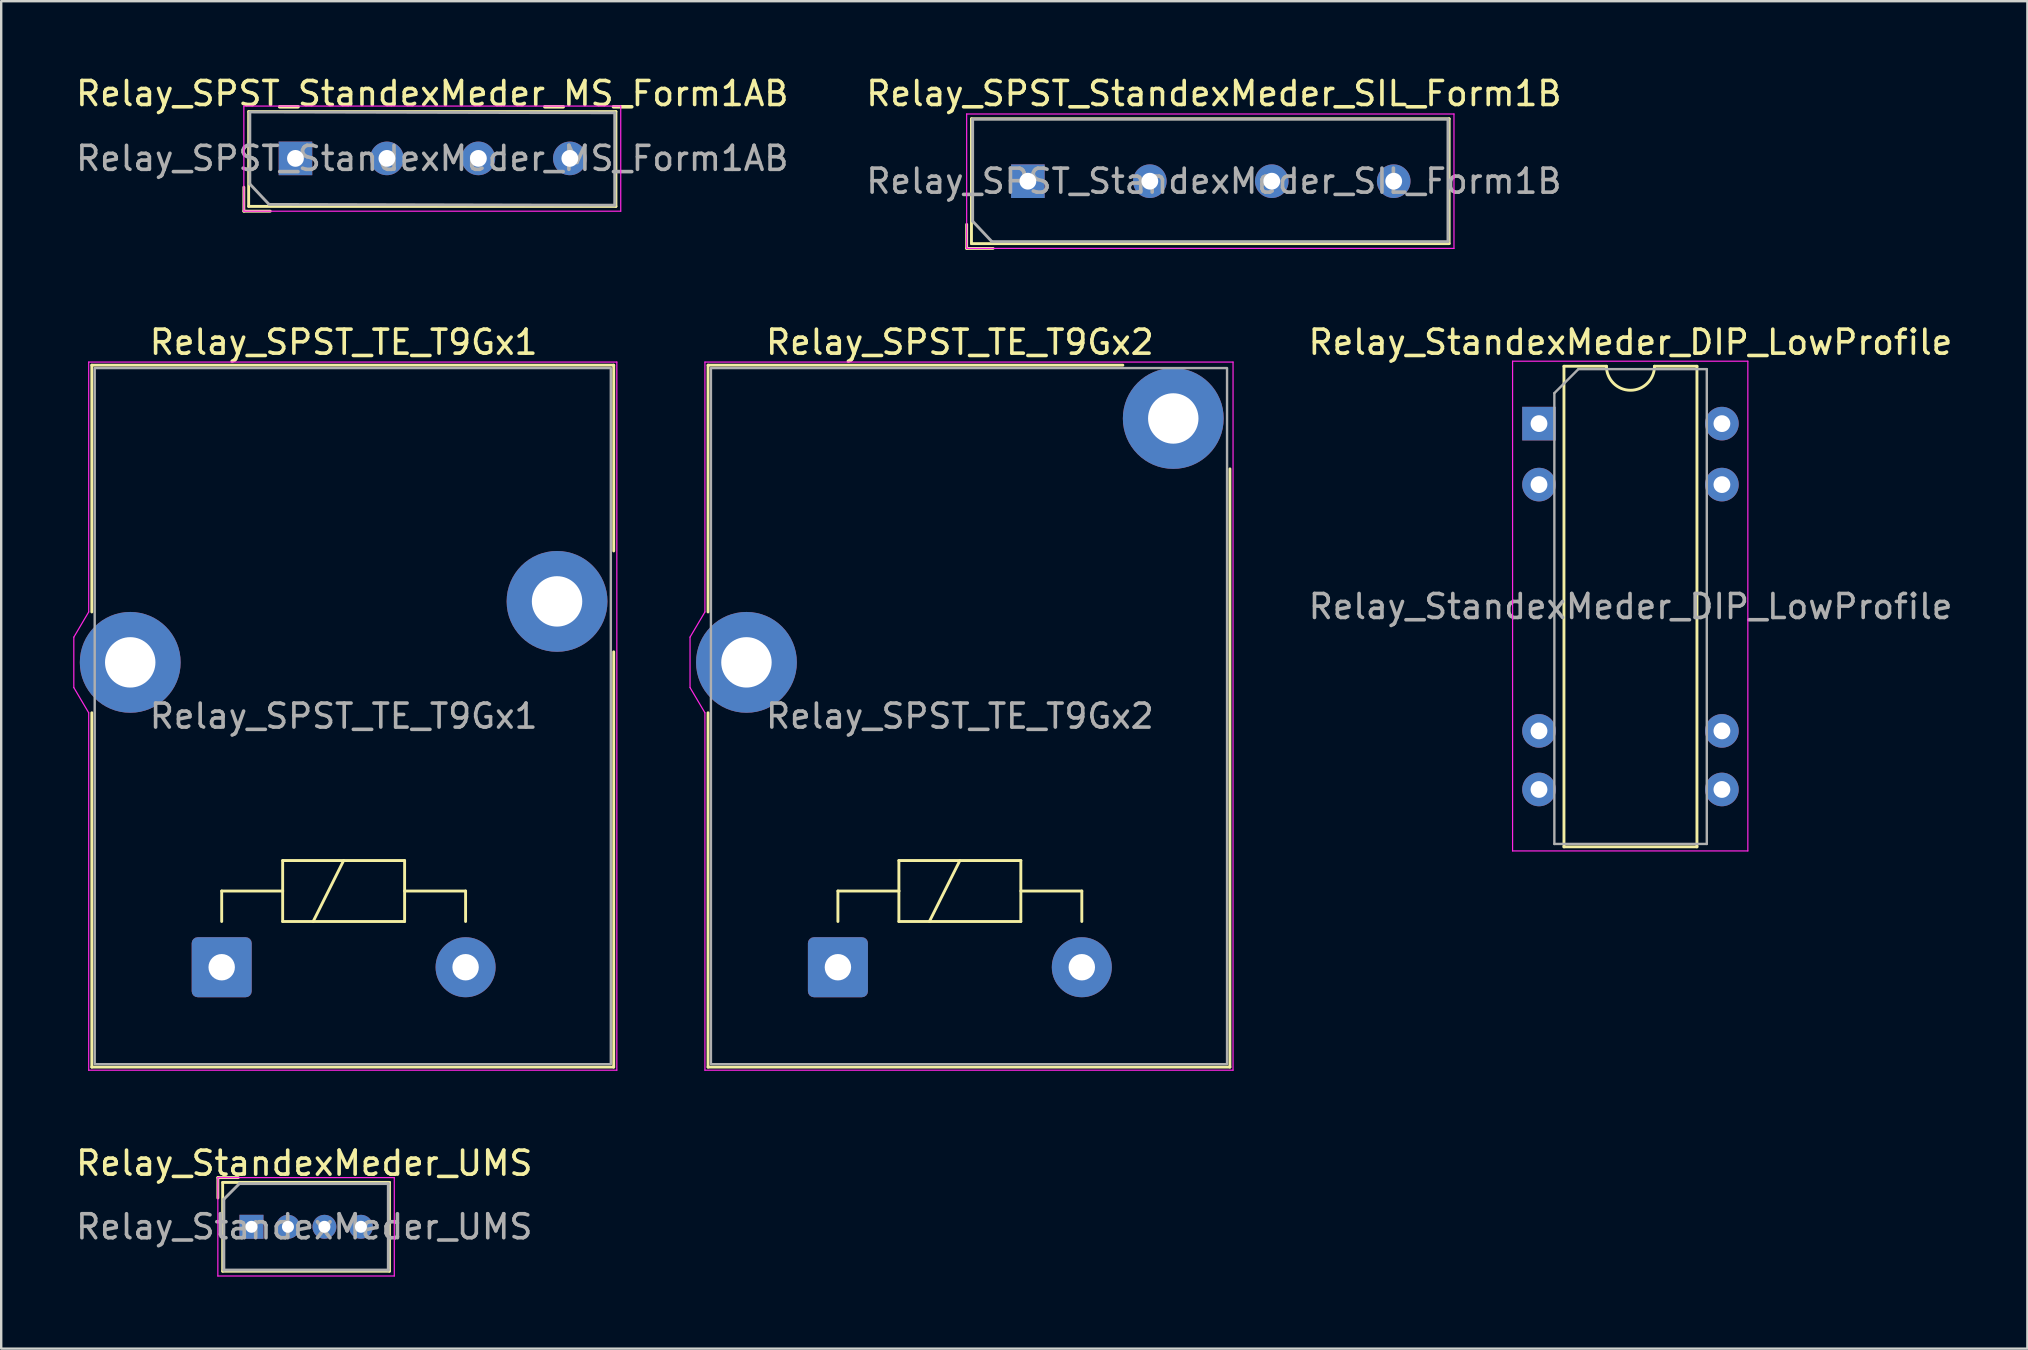
<source format=kicad_pcb>
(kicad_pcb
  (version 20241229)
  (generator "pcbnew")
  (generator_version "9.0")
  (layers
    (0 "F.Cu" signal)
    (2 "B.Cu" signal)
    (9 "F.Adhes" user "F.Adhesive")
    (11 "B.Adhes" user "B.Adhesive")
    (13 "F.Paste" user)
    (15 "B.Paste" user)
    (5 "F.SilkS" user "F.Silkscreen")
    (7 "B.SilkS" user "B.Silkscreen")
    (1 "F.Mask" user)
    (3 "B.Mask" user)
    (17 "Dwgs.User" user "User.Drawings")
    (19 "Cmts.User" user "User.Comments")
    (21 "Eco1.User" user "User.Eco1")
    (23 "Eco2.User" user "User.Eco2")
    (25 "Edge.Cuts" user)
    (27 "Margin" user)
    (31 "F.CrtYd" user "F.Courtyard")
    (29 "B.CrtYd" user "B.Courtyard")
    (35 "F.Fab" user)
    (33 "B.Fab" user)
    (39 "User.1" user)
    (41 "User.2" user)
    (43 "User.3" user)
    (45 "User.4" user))
  (footprint "Relay_SPST_TE_T9Gx2"
    (layer "F.Cu")
    (at 31.855 37.242)
    (property "Reference" "Relay_SPST_TE_T9Gx2" (at 5.08 -26.035 0) (unlocked yes) (layer "F.SilkS") (effects (font (size 1 1) (thickness 0.15))))
    (attr through_hole)
    (fp_line (start -5.41 -25.08) (end -5.41 -14.8) (stroke (width 0.12) (type default)) (layer "F.SilkS"))
    (fp_line (start -5.41 -25.08) (end 11.87 -25.08) (stroke (width 0.12) (type default)) (layer "F.SilkS"))
    (fp_line (start -5.41 4.16) (end -5.41 -10.6) (stroke (width 0.12) (type default)) (layer "F.SilkS"))
    (fp_line (start -5.41 4.16) (end 16.33 4.16) (stroke (width 0.12) (type default)) (layer "F.SilkS"))
    (fp_line (start 0 -3.175) (end 2.54 -3.175) (stroke (width 0.12) (type solid)) (layer "F.SilkS"))
    (fp_line (start 0 -1.905) (end 0 -3.175) (stroke (width 0.12) (type default)) (layer "F.SilkS"))
    (fp_line (start 2.54 -4.445) (end 7.62 -4.445) (stroke (width 0.12) (type solid)) (layer "F.SilkS"))
    (fp_line (start 2.54 -3.175) (end 2.54 -4.445) (stroke (width 0.12) (type solid)) (layer "F.SilkS"))
    (fp_line (start 2.54 -1.905) (end 2.54 -3.175) (stroke (width 0.12) (type solid)) (layer "F.SilkS"))
    (fp_line (start 3.81 -1.905) (end 5.08 -4.445) (stroke (width 0.12) (type solid)) (layer "F.SilkS"))
    (fp_line (start 7.62 -4.445) (end 7.62 -1.905) (stroke (width 0.12) (type solid)) (layer "F.SilkS"))
    (fp_line (start 7.62 -3.175) (end 10.16 -3.175) (stroke (width 0.12) (type solid)) (layer "F.SilkS"))
    (fp_line (start 7.62 -1.905) (end 2.54 -1.905) (stroke (width 0.12) (type solid)) (layer "F.SilkS"))
    (fp_line (start 10.16 -1.905) (end 10.16 -3.175) (stroke (width 0.12) (type default)) (layer "F.SilkS"))
    (fp_line (start 16.33 4.16) (end 16.33 -20.76) (stroke (width 0.12) (type default)) (layer "F.SilkS"))
    (fp_line (start -6.16 -13.75) (end -6.16 -11.65) (stroke (width 0.05) (type default)) (layer "F.CrtYd"))
    (fp_line (start -6.16 -13.75) (end -5.54 -14.8) (stroke (width 0.05) (type default)) (layer "F.CrtYd"))
    (fp_line (start -6.16 -11.65) (end -5.54 -10.6) (stroke (width 0.05) (type default)) (layer "F.CrtYd"))
    (fp_line (start -5.54 -25.21) (end -5.54 -14.8) (stroke (width 0.05) (type default)) (layer "F.CrtYd"))
    (fp_line (start -5.54 -25.21) (end 16.46 -25.21) (stroke (width 0.05) (type default)) (layer "F.CrtYd"))
    (fp_line (start -5.54 4.29) (end -5.54 -10.6) (stroke (width 0.05) (type default)) (layer "F.CrtYd"))
    (fp_line (start 16.46 -25.21) (end 16.46 4.29) (stroke (width 0.05) (type default)) (layer "F.CrtYd"))
    (fp_line (start 16.46 4.29) (end -5.54 4.29) (stroke (width 0.05) (type default)) (layer "F.CrtYd"))
    (fp_rect (start 16.21 -24.96) (end -5.29 4.04) (stroke (width 0.1) (type default)) (fill no) (layer "F.Fab"))
    (fp_text user "${REFERENCE}" (at 5.08 -10.46 0) (unlocked yes) (layer "F.Fab") (effects (font (size 1 1) (thickness 0.15))))
    (pad "11" thru_hole circle (at -3.81 -12.7) (size 4.2 4.2) (drill 2.1) (layers "*.Cu" "*.Mask"))
    (pad "12" thru_hole circle (at 13.97 -22.86) (size 4.2 4.2) (drill 2.1) (layers "*.Cu" "*.Mask"))
    (pad "A1" thru_hole roundrect (at 0 0) (size 2.5 2.5) (drill 1.1) (layers "*.Cu" "*.Mask") (roundrect_rratio 0.1))
    (pad "A2" thru_hole circle (at 10.16 0) (size 2.5 2.5) (drill 1.1) (layers "*.Cu" "*.Mask")))
  (footprint "Relay_SPST_StandexMeder_SIL_Form1B"
    (layer "F.Cu")
    (at 39.768 4.498)
    (property "Reference" "Relay_SPST_StandexMeder_SIL_Form1B" (at 7.75 -3.65 0) (layer "F.SilkS") (effects (font (size 1 1) (thickness 0.15))))
    (attr through_hole)
    (fp_line (start -2.55 2.8) (end -2.55 1.8) (stroke (width 0.12) (type solid)) (layer "F.SilkS"))
    (fp_line (start -2.35 -2.6) (end 17.55 -2.6) (stroke (width 0.12) (type solid)) (layer "F.SilkS"))
    (fp_line (start -2.35 2.6) (end -2.35 -2.6) (stroke (width 0.12) (type solid)) (layer "F.SilkS"))
    (fp_line (start -1.45 2.8) (end -2.55 2.8) (stroke (width 0.12) (type solid)) (layer "F.SilkS"))
    (fp_line (start 17.55 -2.6) (end 17.55 2.6) (stroke (width 0.12) (type solid)) (layer "F.SilkS"))
    (fp_line (start 17.55 2.6) (end -2.35 2.6) (stroke (width 0.12) (type solid)) (layer "F.SilkS"))
    (fp_line (start -2.55 -2.8) (end -2.55 2.8) (stroke (width 0.05) (type solid)) (layer "F.CrtYd"))
    (fp_line (start -2.55 -2.8) (end 17.75 -2.8) (stroke (width 0.05) (type solid)) (layer "F.CrtYd"))
    (fp_line (start 17.75 2.8) (end -2.55 2.8) (stroke (width 0.05) (type solid)) (layer "F.CrtYd"))
    (fp_line (start 17.75 2.8) (end 17.75 -2.8) (stroke (width 0.05) (type solid)) (layer "F.CrtYd"))
    (fp_line (start -2.3 -2.583) (end 17.5 -2.583) (stroke (width 0.12) (type solid)) (layer "F.Fab"))
    (fp_line (start -2.3 1.667) (end -2.3 -2.583) (stroke (width 0.12) (type solid)) (layer "F.Fab"))
    (fp_line (start -1.5 2.517) (end -2.3 1.667) (stroke (width 0.12) (type solid)) (layer "F.Fab"))
    (fp_line (start 17.5 -2.583) (end 17.5 2.517) (stroke (width 0.12) (type solid)) (layer "F.Fab"))
    (fp_line (start 17.5 2.517) (end -1.5 2.517) (stroke (width 0.12) (type solid)) (layer "F.Fab"))
    (fp_text user "${REFERENCE}" (at 7.75 0 0) (layer "F.Fab") (effects (font (size 1 1) (thickness 0.15))))
    (pad "1" thru_hole rect (at 0 0) (size 1.4 1.4) (drill 0.7) (layers "*.Cu" "*.Mask"))
    (pad "3" thru_hole circle (at 5.08 0) (size 1.4 1.4) (drill 0.7) (layers "*.Cu" "*.Mask"))
    (pad "5" thru_hole circle (at 10.16 0) (size 1.4 1.4) (drill 0.7) (layers "*.Cu" "*.Mask"))
    (pad "7" thru_hole circle (at 15.24 0) (size 1.4 1.4) (drill 0.7) (layers "*.Cu" "*.Mask")))
  (footprint "Relay_SPST_TE_T9Gx1"
    (layer "F.Cu")
    (at 6.185 37.242)
    (property "Reference" "Relay_SPST_TE_T9Gx1" (at 5.08 -26.035 0) (unlocked yes) (layer "F.SilkS") (effects (font (size 1 1) (thickness 0.15))))
    (attr through_hole)
    (fp_line (start -5.41 -25.08) (end -5.41 -14.8) (stroke (width 0.12) (type default)) (layer "F.SilkS"))
    (fp_line (start -5.41 -25.08) (end 16.33 -25.08) (stroke (width 0.12) (type default)) (layer "F.SilkS"))
    (fp_line (start -5.41 4.16) (end -5.41 -10.6) (stroke (width 0.12) (type default)) (layer "F.SilkS"))
    (fp_line (start -5.41 4.16) (end 16.33 4.16) (stroke (width 0.12) (type default)) (layer "F.SilkS"))
    (fp_line (start 0 -3.175) (end 2.54 -3.175) (stroke (width 0.12) (type solid)) (layer "F.SilkS"))
    (fp_line (start 0 -1.905) (end 0 -3.175) (stroke (width 0.12) (type default)) (layer "F.SilkS"))
    (fp_line (start 2.54 -4.445) (end 7.62 -4.445) (stroke (width 0.12) (type solid)) (layer "F.SilkS"))
    (fp_line (start 2.54 -3.175) (end 2.54 -4.445) (stroke (width 0.12) (type solid)) (layer "F.SilkS"))
    (fp_line (start 2.54 -1.905) (end 2.54 -3.175) (stroke (width 0.12) (type solid)) (layer "F.SilkS"))
    (fp_line (start 3.81 -1.905) (end 5.08 -4.445) (stroke (width 0.12) (type solid)) (layer "F.SilkS"))
    (fp_line (start 7.62 -4.445) (end 7.62 -1.905) (stroke (width 0.12) (type solid)) (layer "F.SilkS"))
    (fp_line (start 7.62 -3.175) (end 10.16 -3.175) (stroke (width 0.12) (type solid)) (layer "F.SilkS"))
    (fp_line (start 7.62 -1.905) (end 2.54 -1.905) (stroke (width 0.12) (type solid)) (layer "F.SilkS"))
    (fp_line (start 10.16 -1.905) (end 10.16 -3.175) (stroke (width 0.12) (type default)) (layer "F.SilkS"))
    (fp_line (start 16.33 -25.08) (end 16.33 -17.34) (stroke (width 0.12) (type default)) (layer "F.SilkS"))
    (fp_line (start 16.33 4.16) (end 16.33 -13.14) (stroke (width 0.12) (type default)) (layer "F.SilkS"))
    (fp_line (start -6.16 -13.75) (end -6.16 -11.65) (stroke (width 0.05) (type default)) (layer "F.CrtYd"))
    (fp_line (start -6.16 -13.75) (end -5.54 -14.8) (stroke (width 0.05) (type default)) (layer "F.CrtYd"))
    (fp_line (start -6.16 -11.65) (end -5.54 -10.6) (stroke (width 0.05) (type default)) (layer "F.CrtYd"))
    (fp_line (start -5.54 -25.21) (end -5.54 -14.8) (stroke (width 0.05) (type default)) (layer "F.CrtYd"))
    (fp_line (start -5.54 -25.21) (end 16.46 -25.21) (stroke (width 0.05) (type default)) (layer "F.CrtYd"))
    (fp_line (start -5.54 4.29) (end -5.54 -10.6) (stroke (width 0.05) (type default)) (layer "F.CrtYd"))
    (fp_line (start 16.46 -25.21) (end 16.46 4.29) (stroke (width 0.05) (type default)) (layer "F.CrtYd"))
    (fp_line (start 16.46 4.29) (end -5.54 4.29) (stroke (width 0.05) (type default)) (layer "F.CrtYd"))
    (fp_rect (start 16.21 -24.96) (end -5.29 4.04) (stroke (width 0.1) (type default)) (fill no) (layer "F.Fab"))
    (fp_text user "${REFERENCE}" (at 5.08 -10.46 0) (unlocked yes) (layer "F.Fab") (effects (font (size 1 1) (thickness 0.15))))
    (pad "13" thru_hole circle (at -3.81 -12.7) (size 4.2 4.2) (drill 2.1) (layers "*.Cu" "*.Mask"))
    (pad "14" thru_hole circle (at 13.97 -15.24) (size 4.2 4.2) (drill 2.1) (layers "*.Cu" "*.Mask"))
    (pad "A1" thru_hole roundrect (at 0 0) (size 2.5 2.5) (drill 1.1) (layers "*.Cu" "*.Mask") (roundrect_rratio 0.1))
    (pad "A2" thru_hole circle (at 10.16 0) (size 2.5 2.5) (drill 1.1) (layers "*.Cu" "*.Mask")))
  (footprint "Relay_StandexMeder_DIP_LowProfile"
    (layer "F.Cu")
    (at 61.06 14.597)
    (property "Reference" "Relay_StandexMeder_DIP_LowProfile" (at 3.81 -3.39 0) (layer "F.SilkS") (effects (font (size 1 1) (thickness 0.15))))
    (attr through_hole)
    (fp_line (start 1.04 -2.39) (end 1.04 17.63) (stroke (width 0.12) (type solid)) (layer "F.SilkS"))
    (fp_line (start 1.04 17.63) (end 6.58 17.63) (stroke (width 0.12) (type solid)) (layer "F.SilkS"))
    (fp_line (start 2.81 -2.39) (end 1.04 -2.39) (stroke (width 0.12) (type solid)) (layer "F.SilkS"))
    (fp_line (start 6.58 -2.39) (end 4.81 -2.39) (stroke (width 0.12) (type solid)) (layer "F.SilkS"))
    (fp_line (start 6.58 17.63) (end 6.58 -2.39) (stroke (width 0.12) (type solid)) (layer "F.SilkS"))
    (fp_arc (start 4.81 -2.39) (mid 3.81 -1.39) (end 2.81 -2.39) (stroke (width 0.12) (type solid)) (layer "F.SilkS"))
    (fp_line (start -1.1 -2.6) (end -1.1 17.8) (stroke (width 0.05) (type solid)) (layer "F.CrtYd"))
    (fp_line (start -1.1 17.8) (end 8.7 17.8) (stroke (width 0.05) (type solid)) (layer "F.CrtYd"))
    (fp_line (start 8.7 -2.6) (end -1.1 -2.6) (stroke (width 0.05) (type solid)) (layer "F.CrtYd"))
    (fp_line (start 8.7 17.8) (end 8.7 -2.6) (stroke (width 0.05) (type solid)) (layer "F.CrtYd"))
    (fp_line (start 0.64 -1.27) (end 1.64 -2.27) (stroke (width 0.1) (type solid)) (layer "F.Fab"))
    (fp_line (start 0.64 17.51) (end 0.64 -1.27) (stroke (width 0.1) (type solid)) (layer "F.Fab"))
    (fp_line (start 1.64 -2.27) (end 6.99 -2.27) (stroke (width 0.1) (type solid)) (layer "F.Fab"))
    (fp_line (start 6.99 -2.27) (end 6.99 17.51) (stroke (width 0.1) (type solid)) (layer "F.Fab"))
    (fp_line (start 6.99 17.51) (end 0.64 17.51) (stroke (width 0.1) (type solid)) (layer "F.Fab"))
    (fp_text user "${REFERENCE}" (at 3.815 7.62 0) (layer "F.Fab") (effects (font (size 1 1) (thickness 0.15))))
    (pad "1" thru_hole rect (at 0 0) (size 1.4 1.4) (drill 0.7) (layers "*.Cu" "*.Mask"))
    (pad "2" thru_hole circle (at 0 2.54) (size 1.4 1.4) (drill 0.7) (layers "*.Cu" "*.Mask"))
    (pad "6" thru_hole circle (at 0 12.8) (size 1.4 1.4) (drill 0.7) (layers "*.Cu" "*.Mask"))
    (pad "7" thru_hole circle (at 0 15.24) (size 1.4 1.4) (drill 0.7) (layers "*.Cu" "*.Mask"))
    (pad "8" thru_hole circle (at 7.62 15.24) (size 1.4 1.4) (drill 0.7) (layers "*.Cu" "*.Mask"))
    (pad "9" thru_hole circle (at 7.62 12.8) (size 1.4 1.4) (drill 0.7) (layers "*.Cu" "*.Mask"))
    (pad "13" thru_hole circle (at 7.62 2.54) (size 1.4 1.4) (drill 0.7) (layers "*.Cu" "*.Mask"))
    (pad "14" thru_hole circle (at 7.62 0) (size 1.4 1.4) (drill 0.7) (layers "*.Cu" "*.Mask")))
  (footprint "Relay_StandexMeder_UMS"
    (layer "F.Cu")
    (at 7.425 48.055)
    (property "Reference" "Relay_StandexMeder_UMS" (at 2.2 -2.65 0) (layer "F.SilkS") (effects (font (size 1 1) (thickness 0.15))))
    (attr through_hole)
    (fp_line (start -1.4 -2.05) (end -0.55 -2.05) (stroke (width 0.12) (type solid)) (layer "F.SilkS"))
    (fp_line (start -1.4 -1.2) (end -1.4 -2.05) (stroke (width 0.12) (type solid)) (layer "F.SilkS"))
    (fp_line (start -1.2 -1.85) (end 5.75 -1.85) (stroke (width 0.12) (type solid)) (layer "F.SilkS"))
    (fp_line (start -1.2 1.85) (end -1.2 -1.85) (stroke (width 0.12) (type solid)) (layer "F.SilkS"))
    (fp_line (start 5.75 -1.85) (end 5.75 1.85) (stroke (width 0.12) (type solid)) (layer "F.SilkS"))
    (fp_line (start 5.75 1.85) (end -1.2 1.85) (stroke (width 0.12) (type solid)) (layer "F.SilkS"))
    (fp_line (start -1.4 -2.05) (end -1.4 2.05) (stroke (width 0.05) (type solid)) (layer "F.CrtYd"))
    (fp_line (start -1.4 -2.05) (end 5.95 -2.05) (stroke (width 0.05) (type solid)) (layer "F.CrtYd"))
    (fp_line (start 5.95 2.05) (end -1.4 2.05) (stroke (width 0.05) (type solid)) (layer "F.CrtYd"))
    (fp_line (start 5.95 2.05) (end 5.95 -2.05) (stroke (width 0.05) (type solid)) (layer "F.CrtYd"))
    (fp_line (start -1.15 -1.15) (end -1.15 1.8) (stroke (width 0.12) (type solid)) (layer "F.Fab"))
    (fp_line (start -1.15 1.8) (end 5.7 1.8) (stroke (width 0.12) (type solid)) (layer "F.Fab"))
    (fp_line (start -0.5 -1.8) (end -1.15 -1.15) (stroke (width 0.12) (type solid)) (layer "F.Fab"))
    (fp_line (start 5.7 -1.8) (end -0.5 -1.8) (stroke (width 0.12) (type solid)) (layer "F.Fab"))
    (fp_line (start 5.7 1.8) (end 5.7 -1.8) (stroke (width 0.12) (type solid)) (layer "F.Fab"))
    (fp_text user "${REFERENCE}" (at 2.2 0 0) (layer "F.Fab") (effects (font (size 1 1) (thickness 0.15))))
    (pad "1" thru_hole rect (at 0 0) (size 1 1) (drill 0.5) (layers "*.Cu" "*.Mask"))
    (pad "2" thru_hole circle (at 1.52 0) (size 1 1) (drill 0.5) (layers "*.Cu" "*.Mask"))
    (pad "3" thru_hole circle (at 3.04 0) (size 1 1) (drill 0.5) (layers "*.Cu" "*.Mask"))
    (pad "4" thru_hole circle (at 4.56 0) (size 1 1) (drill 0.5) (layers "*.Cu" "*.Mask")))
  (footprint "Relay_SPST_StandexMeder_MS_Form1AB"
    (layer "F.Cu")
    (at 9.258 3.548)
    (property "Reference" "Relay_SPST_StandexMeder_MS_Form1AB" (at 5.7 -2.7 0) (layer "F.SilkS") (effects (font (size 1 1) (thickness 0.15))))
    (attr through_hole)
    (fp_line (start -2.15 2.2) (end -2.15 1.2) (stroke (width 0.12) (type solid)) (layer "F.SilkS"))
    (fp_line (start -1.95 -1.95) (end 13.35 -1.95) (stroke (width 0.12) (type solid)) (layer "F.SilkS"))
    (fp_line (start -1.95 2) (end -1.95 -1.95) (stroke (width 0.12) (type solid)) (layer "F.SilkS"))
    (fp_line (start -1.05 2.2) (end -2.15 2.2) (stroke (width 0.12) (type solid)) (layer "F.SilkS"))
    (fp_line (start 13.35 -1.95) (end 13.35 2) (stroke (width 0.12) (type solid)) (layer "F.SilkS"))
    (fp_line (start 13.35 2) (end -1.95 2) (stroke (width 0.12) (type solid)) (layer "F.SilkS"))
    (fp_line (start -2.15 -2.18) (end -2.15 2.2) (stroke (width 0.05) (type solid)) (layer "F.CrtYd"))
    (fp_line (start -2.15 -2.18) (end 13.55 -2.18) (stroke (width 0.05) (type solid)) (layer "F.CrtYd"))
    (fp_line (start 13.55 2.2) (end -2.15 2.2) (stroke (width 0.05) (type solid)) (layer "F.CrtYd"))
    (fp_line (start 13.55 2.2) (end 13.55 -2.18) (stroke (width 0.05) (type solid)) (layer "F.CrtYd"))
    (fp_line (start -1.9 -1.933) (end 13.3 -1.9) (stroke (width 0.12) (type solid)) (layer "F.Fab"))
    (fp_line (start -1.9 1.067) (end -1.9 -1.9) (stroke (width 0.12) (type solid)) (layer "F.Fab"))
    (fp_line (start -1.1 1.917) (end -1.9 1.067) (stroke (width 0.12) (type solid)) (layer "F.Fab"))
    (fp_line (start 13.3 -1.9) (end 13.3 1.95) (stroke (width 0.12) (type solid)) (layer "F.Fab"))
    (fp_line (start 13.3 1.95) (end -1.1 1.917) (stroke (width 0.12) (type solid)) (layer "F.Fab"))
    (fp_text user "${REFERENCE}" (at 5.7 0 0) (layer "F.Fab") (effects (font (size 1 1) (thickness 0.15))))
    (pad "1" thru_hole rect (at 0 0) (size 1.4 1.4) (drill 0.7) (layers "*.Cu" "*.Mask"))
    (pad "3" thru_hole circle (at 3.81 0) (size 1.4 1.4) (drill 0.7) (layers "*.Cu" "*.Mask"))
    (pad "5" thru_hole circle (at 7.62 0) (size 1.4 1.4) (drill 0.7) (layers "*.Cu" "*.Mask"))
    (pad "7" thru_hole circle (at 11.43 0) (size 1.4 1.4) (drill 0.7) (layers "*.Cu" "*.Mask")))
  (gr_rect
    (start -3 -3)
    (end 81.405 53.13)
    (stroke (width 0.1) (type default))
    (fill no)
    (layer "Edge.Cuts")))
</source>
